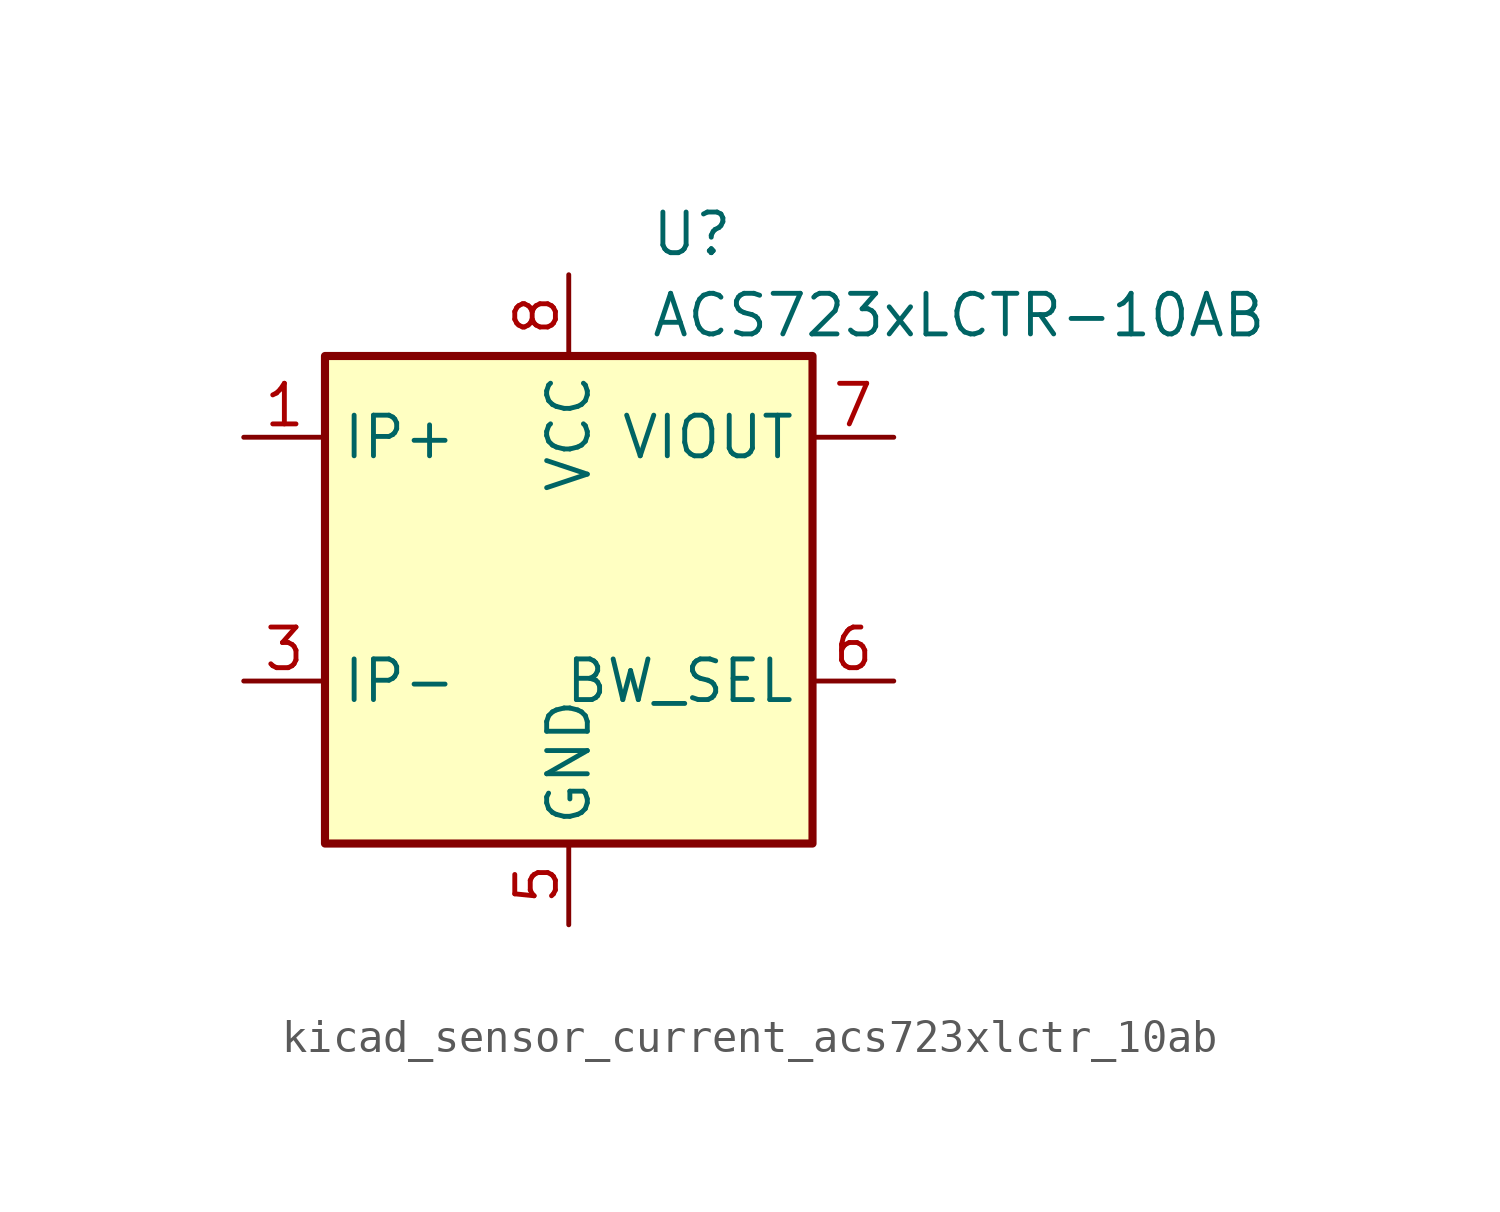
<source format=kicad_sym>
(kicad_symbol_lib
  (version 20220914)
  (generator kicad_symbol_editor)
  (symbol "kicad_sensor_current_acs723xlctr_10ab"
    (property "Reference" "U"
      (at 2.54 11.43 0)
      (effects (font (size 1.27 1.27)) (justify left)))
    (property "Value" "ACS723xLCTR-10AB"
      (at 2.54 8.89 0)
      (effects (font (size 1.27 1.27)) (justify left)))
    (symbol "kicad_sensor_current_acs723xlctr_10ab_0_1"
      (rectangle (start -7.62 7.62) (end 7.62 -7.62) (stroke (width 0.254) (type default)) (fill (type background))))
    (symbol "kicad_sensor_current_acs723xlctr_10ab_1_1"
      (pin passive line (at -10.16 5.08 0) (length 2.54) (name "IP+" (effects (font (size 1.27 1.27)))) (number "1" (effects (font (size 1.27 1.27)))))
      (pin passive line (at -10.16 5.08 0) (length 2.54) hide (name "IP+" (effects (font (size 1.27 1.27)))) (number "2" (effects (font (size 1.27 1.27)))))
      (pin passive line (at -10.16 -2.54 0) (length 2.54) (name "IP-" (effects (font (size 1.27 1.27)))) (number "3" (effects (font (size 1.27 1.27)))))
      (pin passive line (at -10.16 -2.54 0) (length 2.54) hide (name "IP-" (effects (font (size 1.27 1.27)))) (number "4" (effects (font (size 1.27 1.27)))))
      (pin power_in line (at 0 -10.16 90) (length 2.54) (name "GND" (effects (font (size 1.27 1.27)))) (number "5" (effects (font (size 1.27 1.27)))))
      (pin input line (at 10.16 -2.54 180) (length 2.54) (name "BW_SEL" (effects (font (size 1.27 1.27)))) (number "6" (effects (font (size 1.27 1.27)))))
      (pin output line (at 10.16 5.08 180) (length 2.54) (name "VIOUT" (effects (font (size 1.27 1.27)))) (number "7" (effects (font (size 1.27 1.27)))))
      (pin power_in line (at 0 10.16 270) (length 2.54) (name "VCC" (effects (font (size 1.27 1.27)))) (number "8" (effects (font (size 1.27 1.27))))))))
</source>
